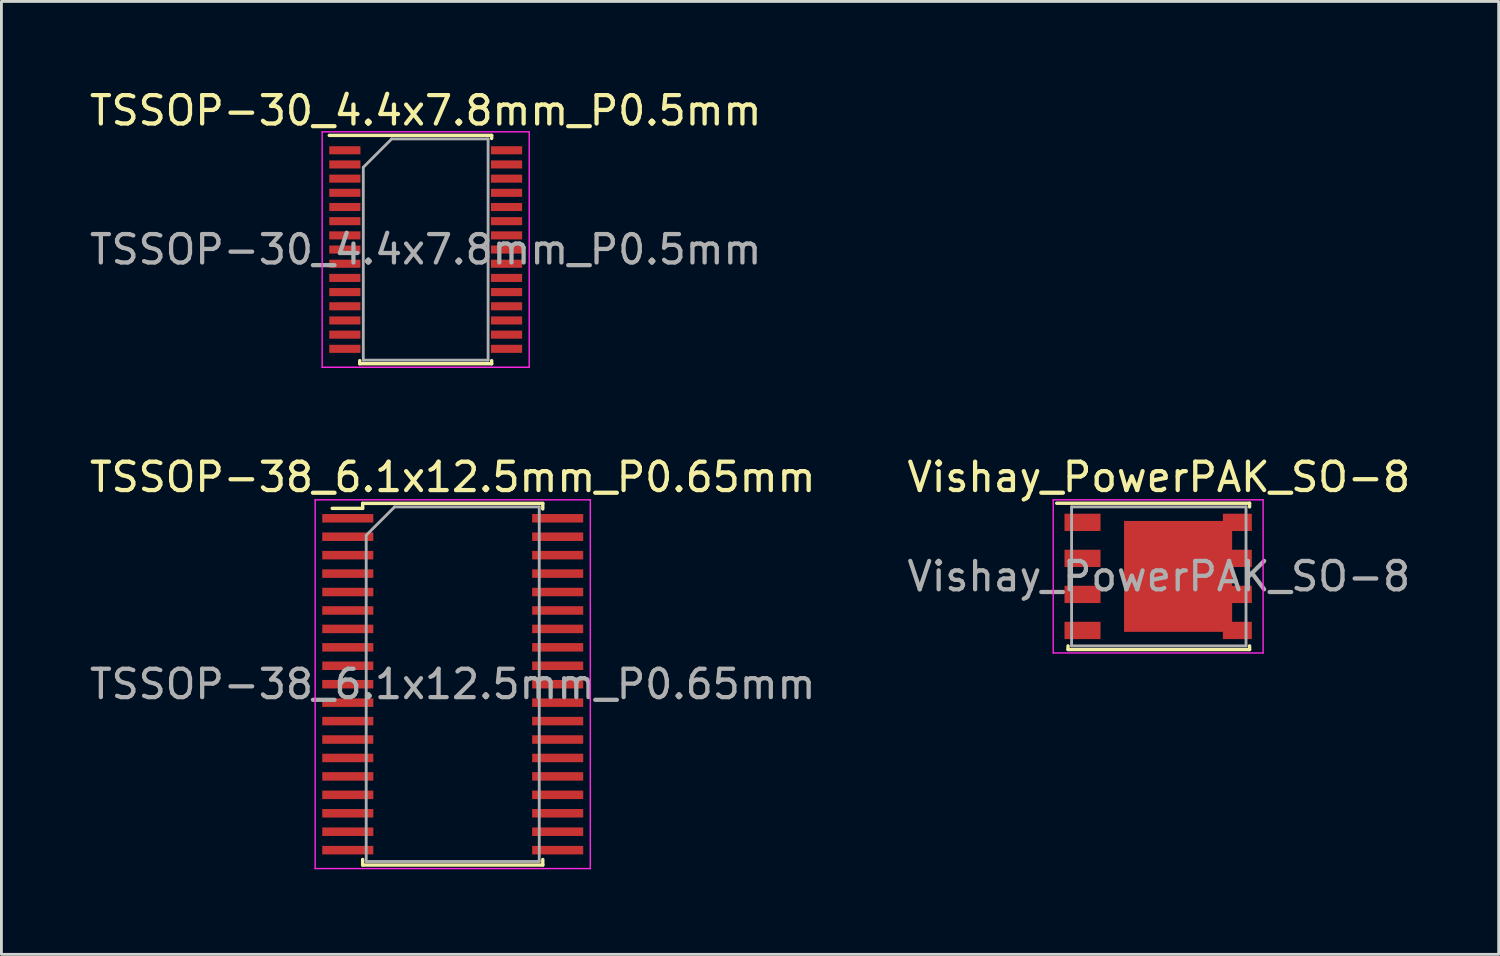
<source format=kicad_pcb>
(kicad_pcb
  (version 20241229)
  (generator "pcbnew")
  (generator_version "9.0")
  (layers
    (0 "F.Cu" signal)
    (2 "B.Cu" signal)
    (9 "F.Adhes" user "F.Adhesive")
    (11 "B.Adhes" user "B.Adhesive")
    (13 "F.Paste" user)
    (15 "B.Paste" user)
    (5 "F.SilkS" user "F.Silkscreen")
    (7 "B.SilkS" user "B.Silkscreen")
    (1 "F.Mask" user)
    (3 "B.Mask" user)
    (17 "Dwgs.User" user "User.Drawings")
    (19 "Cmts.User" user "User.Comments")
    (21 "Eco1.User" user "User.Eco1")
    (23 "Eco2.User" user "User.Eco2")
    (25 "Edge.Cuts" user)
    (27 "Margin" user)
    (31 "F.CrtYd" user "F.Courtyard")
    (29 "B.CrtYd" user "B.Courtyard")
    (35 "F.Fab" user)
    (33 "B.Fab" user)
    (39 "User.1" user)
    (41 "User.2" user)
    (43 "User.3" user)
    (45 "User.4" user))
  (footprint "Vishay_PowerPAK_SO-8"
    (layer "F.Cu")
    (at 37.781 17.271)
    (property "Reference" "Vishay_PowerPAK_SO-8" (at 0.023 -3.5 0) (layer "F.SilkS") (effects (font (size 1 1) (thickness 0.15))))
    (attr smd)
    (fp_line (start -3.577 -2.58) (end 3.223 -2.58) (stroke (width 0.12) (type solid)) (layer "F.SilkS"))
    (fp_line (start -3.177 2.575) (end -3.177 2.45) (stroke (width 0.12) (type solid)) (layer "F.SilkS"))
    (fp_line (start -3.177 2.58) (end 3.223 2.58) (stroke (width 0.12) (type solid)) (layer "F.SilkS"))
    (fp_line (start 3.223 -2.58) (end 3.223 -2.45) (stroke (width 0.12) (type solid)) (layer "F.SilkS"))
    (fp_line (start 3.223 2.575) (end 3.223 2.45) (stroke (width 0.12) (type solid)) (layer "F.SilkS"))
    (fp_line (start -3.7 -2.7) (end -3.7 2.7) (stroke (width 0.05) (type solid)) (layer "F.CrtYd"))
    (fp_line (start -3.7 -2.7) (end 3.7 -2.7) (stroke (width 0.05) (type solid)) (layer "F.CrtYd"))
    (fp_line (start -3.7 2.7) (end 3.7 2.7) (stroke (width 0.05) (type solid)) (layer "F.CrtYd"))
    (fp_line (start 3.7 -2.7) (end 3.7 2.7) (stroke (width 0.05) (type solid)) (layer "F.CrtYd"))
    (fp_line (start -3.052 -2.45) (end -3.052 2.45) (stroke (width 0.1) (type solid)) (layer "F.Fab"))
    (fp_line (start -3.052 -2.45) (end 3.098 -2.45) (stroke (width 0.1) (type solid)) (layer "F.Fab"))
    (fp_line (start 3.098 -2.45) (end 3.098 2.45) (stroke (width 0.1) (type solid)) (layer "F.Fab"))
    (fp_line (start 3.098 2.45) (end -3.052 2.45) (stroke (width 0.1) (type solid)) (layer "F.Fab"))
    (fp_text user "${REFERENCE}" (at 0.023 0 0) (layer "F.Fab") (effects (font (size 1 1) (thickness 0.15))))
    (pad "1" smd rect (at -2.667 -1.905) (size 1.27 0.61) (layers "F.Cu" "F.Mask" "F.Paste"))
    (pad "2" smd rect (at -2.667 -0.635) (size 1.27 0.61) (layers "F.Cu" "F.Mask" "F.Paste"))
    (pad "3" smd rect (at -2.667 0.635) (size 1.27 0.61) (layers "F.Cu" "F.Mask" "F.Paste"))
    (pad "4" smd rect (at -2.667 1.905) (size 1.27 0.61) (layers "F.Cu" "F.Mask" "F.Paste"))
    (pad "5" smd rect (at 0.703 0) (size 3.81 3.91) (layers "F.Cu" "F.Mask" "F.Paste"))
    (pad "5" smd rect (at 2.792 -1.905) (size 1.02 0.61) (layers "F.Cu" "F.Mask" "F.Paste"))
    (pad "5" smd rect (at 2.792 -0.635) (size 1.02 0.61) (layers "F.Cu" "F.Mask" "F.Paste"))
    (pad "5" smd rect (at 2.792 0.635) (size 1.02 0.61) (layers "F.Cu" "F.Mask" "F.Paste"))
    (pad "5" smd rect (at 2.792 1.905) (size 1.02 0.61) (layers "F.Cu" "F.Mask" "F.Paste")))
  (footprint "TSSOP-30_4.4x7.8mm_P0.5mm"
    (layer "F.Cu")
    (at 11.958 5.748)
    (property "Reference" "TSSOP-30_4.4x7.8mm_P0.5mm" (at 0 -4.9 0) (layer "F.SilkS") (effects (font (size 1 1) (thickness 0.15))))
    (attr smd)
    (fp_line (start -3.4 -4.025) (end 2.325 -4.025) (stroke (width 0.12) (type solid)) (layer "F.SilkS"))
    (fp_line (start -2.325 4.025) (end -2.325 3.917) (stroke (width 0.12) (type solid)) (layer "F.SilkS"))
    (fp_line (start -2.325 4.025) (end 2.325 4.025) (stroke (width 0.12) (type solid)) (layer "F.SilkS"))
    (fp_line (start 2.325 -4.025) (end 2.325 -3.917) (stroke (width 0.12) (type solid)) (layer "F.SilkS"))
    (fp_line (start 2.325 4.025) (end 2.325 3.917) (stroke (width 0.12) (type solid)) (layer "F.SilkS"))
    (fp_line (start -3.65 -4.15) (end -3.65 4.15) (stroke (width 0.05) (type solid)) (layer "F.CrtYd"))
    (fp_line (start -3.65 -4.15) (end 3.65 -4.15) (stroke (width 0.05) (type solid)) (layer "F.CrtYd"))
    (fp_line (start -3.65 4.15) (end 3.65 4.15) (stroke (width 0.05) (type solid)) (layer "F.CrtYd"))
    (fp_line (start 3.65 -4.15) (end 3.65 4.15) (stroke (width 0.05) (type solid)) (layer "F.CrtYd"))
    (fp_line (start -2.2 -2.9) (end -1.2 -3.9) (stroke (width 0.1) (type solid)) (layer "F.Fab"))
    (fp_line (start -2.2 3.9) (end -2.2 -2.9) (stroke (width 0.1) (type solid)) (layer "F.Fab"))
    (fp_line (start -1.2 -3.9) (end 2.2 -3.9) (stroke (width 0.1) (type solid)) (layer "F.Fab"))
    (fp_line (start 2.2 -3.9) (end 2.2 3.9) (stroke (width 0.1) (type solid)) (layer "F.Fab"))
    (fp_line (start 2.2 3.9) (end -2.2 3.9) (stroke (width 0.1) (type solid)) (layer "F.Fab"))
    (fp_text user "${REFERENCE}" (at 0 0 0) (layer "F.Fab") (effects (font (size 1 1) (thickness 0.15))))
    (pad "1" smd rect (at -2.85 -3.5) (size 1.1 0.285) (layers "F.Cu" "F.Mask" "F.Paste"))
    (pad "2" smd rect (at -2.85 -3) (size 1.1 0.285) (layers "F.Cu" "F.Mask" "F.Paste"))
    (pad "3" smd rect (at -2.85 -2.5) (size 1.1 0.285) (layers "F.Cu" "F.Mask" "F.Paste"))
    (pad "4" smd rect (at -2.85 -2) (size 1.1 0.285) (layers "F.Cu" "F.Mask" "F.Paste"))
    (pad "5" smd rect (at -2.85 -1.5) (size 1.1 0.285) (layers "F.Cu" "F.Mask" "F.Paste"))
    (pad "6" smd rect (at -2.85 -1) (size 1.1 0.285) (layers "F.Cu" "F.Mask" "F.Paste"))
    (pad "7" smd rect (at -2.85 -0.5) (size 1.1 0.285) (layers "F.Cu" "F.Mask" "F.Paste"))
    (pad "8" smd rect (at -2.85 0) (size 1.1 0.285) (layers "F.Cu" "F.Mask" "F.Paste"))
    (pad "9" smd rect (at -2.85 0.5) (size 1.1 0.285) (layers "F.Cu" "F.Mask" "F.Paste"))
    (pad "10" smd rect (at -2.85 1) (size 1.1 0.285) (layers "F.Cu" "F.Mask" "F.Paste"))
    (pad "11" smd rect (at -2.85 1.5) (size 1.1 0.285) (layers "F.Cu" "F.Mask" "F.Paste"))
    (pad "12" smd rect (at -2.85 2) (size 1.1 0.285) (layers "F.Cu" "F.Mask" "F.Paste"))
    (pad "13" smd rect (at -2.85 2.5) (size 1.1 0.285) (layers "F.Cu" "F.Mask" "F.Paste"))
    (pad "14" smd rect (at -2.85 3) (size 1.1 0.285) (layers "F.Cu" "F.Mask" "F.Paste"))
    (pad "15" smd rect (at -2.85 3.5) (size 1.1 0.285) (layers "F.Cu" "F.Mask" "F.Paste"))
    (pad "16" smd rect (at 2.85 3.5) (size 1.1 0.285) (layers "F.Cu" "F.Mask" "F.Paste"))
    (pad "17" smd rect (at 2.85 3) (size 1.1 0.285) (layers "F.Cu" "F.Mask" "F.Paste"))
    (pad "18" smd rect (at 2.85 2.5) (size 1.1 0.285) (layers "F.Cu" "F.Mask" "F.Paste"))
    (pad "19" smd rect (at 2.85 2) (size 1.1 0.285) (layers "F.Cu" "F.Mask" "F.Paste"))
    (pad "20" smd rect (at 2.85 1.5) (size 1.1 0.285) (layers "F.Cu" "F.Mask" "F.Paste"))
    (pad "21" smd rect (at 2.85 1) (size 1.1 0.285) (layers "F.Cu" "F.Mask" "F.Paste"))
    (pad "22" smd rect (at 2.85 0.5) (size 1.1 0.285) (layers "F.Cu" "F.Mask" "F.Paste"))
    (pad "23" smd rect (at 2.85 0) (size 1.1 0.285) (layers "F.Cu" "F.Mask" "F.Paste"))
    (pad "24" smd rect (at 2.85 -0.5) (size 1.1 0.285) (layers "F.Cu" "F.Mask" "F.Paste"))
    (pad "25" smd rect (at 2.85 -1) (size 1.1 0.285) (layers "F.Cu" "F.Mask" "F.Paste"))
    (pad "26" smd rect (at 2.85 -1.5) (size 1.1 0.285) (layers "F.Cu" "F.Mask" "F.Paste"))
    (pad "27" smd rect (at 2.85 -2) (size 1.1 0.285) (layers "F.Cu" "F.Mask" "F.Paste"))
    (pad "28" smd rect (at 2.85 -2.5) (size 1.1 0.285) (layers "F.Cu" "F.Mask" "F.Paste"))
    (pad "29" smd rect (at 2.85 -3) (size 1.1 0.285) (layers "F.Cu" "F.Mask" "F.Paste"))
    (pad "30" smd rect (at 2.85 -3.5) (size 1.1 0.285) (layers "F.Cu" "F.Mask" "F.Paste")))
  (footprint "TSSOP-38_6.1x12.5mm_P0.65mm"
    (layer "F.Cu")
    (at 12.911 21.072)
    (property "Reference" "TSSOP-38_6.1x12.5mm_P0.65mm" (at 0 -7.3 0) (layer "F.SilkS") (effects (font (size 1 1) (thickness 0.15))))
    (attr smd)
    (fp_line (start -3.175 -6.375) (end -3.175 -6.2) (stroke (width 0.12) (type solid)) (layer "F.SilkS"))
    (fp_line (start -3.175 -6.375) (end 3.175 -6.375) (stroke (width 0.12) (type solid)) (layer "F.SilkS"))
    (fp_line (start -3.175 -6.2) (end -4.25 -6.2) (stroke (width 0.12) (type solid)) (layer "F.SilkS"))
    (fp_line (start -3.175 6.375) (end -3.175 6.18) (stroke (width 0.12) (type solid)) (layer "F.SilkS"))
    (fp_line (start -3.175 6.375) (end 3.175 6.375) (stroke (width 0.12) (type solid)) (layer "F.SilkS"))
    (fp_line (start 3.175 -6.375) (end 3.175 -6.18) (stroke (width 0.12) (type solid)) (layer "F.SilkS"))
    (fp_line (start 3.175 6.375) (end 3.175 6.18) (stroke (width 0.12) (type solid)) (layer "F.SilkS"))
    (fp_line (start -4.85 -6.5) (end -4.85 6.5) (stroke (width 0.05) (type solid)) (layer "F.CrtYd"))
    (fp_line (start -4.85 -6.5) (end 4.85 -6.5) (stroke (width 0.05) (type solid)) (layer "F.CrtYd"))
    (fp_line (start -4.85 6.5) (end 4.85 6.5) (stroke (width 0.05) (type solid)) (layer "F.CrtYd"))
    (fp_line (start 4.85 -6.5) (end 4.85 6.5) (stroke (width 0.05) (type solid)) (layer "F.CrtYd"))
    (fp_line (start -3.05 -5.25) (end -2.05 -6.25) (stroke (width 0.1) (type solid)) (layer "F.Fab"))
    (fp_line (start -3.05 6.25) (end -3.05 -5.25) (stroke (width 0.1) (type solid)) (layer "F.Fab"))
    (fp_line (start -2.05 -6.25) (end 3.05 -6.25) (stroke (width 0.1) (type solid)) (layer "F.Fab"))
    (fp_line (start 3.05 -6.25) (end 3.05 6.25) (stroke (width 0.1) (type solid)) (layer "F.Fab"))
    (fp_line (start 3.05 6.25) (end -3.05 6.25) (stroke (width 0.1) (type solid)) (layer "F.Fab"))
    (fp_text user "${REFERENCE}" (at 0 0 0) (layer "F.Fab") (effects (font (size 1 1) (thickness 0.15))))
    (pad "1" smd rect (at -3.7 -5.85) (size 1.8 0.3) (layers "F.Cu" "F.Mask" "F.Paste"))
    (pad "2" smd rect (at -3.7 -5.2) (size 1.8 0.3) (layers "F.Cu" "F.Mask" "F.Paste"))
    (pad "3" smd rect (at -3.7 -4.55) (size 1.8 0.3) (layers "F.Cu" "F.Mask" "F.Paste"))
    (pad "4" smd rect (at -3.7 -3.9) (size 1.8 0.3) (layers "F.Cu" "F.Mask" "F.Paste"))
    (pad "5" smd rect (at -3.7 -3.25) (size 1.8 0.3) (layers "F.Cu" "F.Mask" "F.Paste"))
    (pad "6" smd rect (at -3.7 -2.6) (size 1.8 0.3) (layers "F.Cu" "F.Mask" "F.Paste"))
    (pad "7" smd rect (at -3.7 -1.95) (size 1.8 0.3) (layers "F.Cu" "F.Mask" "F.Paste"))
    (pad "8" smd rect (at -3.7 -1.3) (size 1.8 0.3) (layers "F.Cu" "F.Mask" "F.Paste"))
    (pad "9" smd rect (at -3.7 -0.65) (size 1.8 0.3) (layers "F.Cu" "F.Mask" "F.Paste"))
    (pad "10" smd rect (at -3.7 0) (size 1.8 0.3) (layers "F.Cu" "F.Mask" "F.Paste"))
    (pad "11" smd rect (at -3.7 0.65) (size 1.8 0.3) (layers "F.Cu" "F.Mask" "F.Paste"))
    (pad "12" smd rect (at -3.7 1.3) (size 1.8 0.3) (layers "F.Cu" "F.Mask" "F.Paste"))
    (pad "13" smd rect (at -3.7 1.95) (size 1.8 0.3) (layers "F.Cu" "F.Mask" "F.Paste"))
    (pad "14" smd rect (at -3.7 2.6) (size 1.8 0.3) (layers "F.Cu" "F.Mask" "F.Paste"))
    (pad "15" smd rect (at -3.7 3.25) (size 1.8 0.3) (layers "F.Cu" "F.Mask" "F.Paste"))
    (pad "16" smd rect (at -3.7 3.9) (size 1.8 0.3) (layers "F.Cu" "F.Mask" "F.Paste"))
    (pad "17" smd rect (at -3.7 4.55) (size 1.8 0.3) (layers "F.Cu" "F.Mask" "F.Paste"))
    (pad "18" smd rect (at -3.7 5.2) (size 1.8 0.3) (layers "F.Cu" "F.Mask" "F.Paste"))
    (pad "19" smd rect (at -3.7 5.85) (size 1.8 0.3) (layers "F.Cu" "F.Mask" "F.Paste"))
    (pad "20" smd rect (at 3.7 5.85) (size 1.8 0.3) (layers "F.Cu" "F.Mask" "F.Paste"))
    (pad "21" smd rect (at 3.7 5.2) (size 1.8 0.3) (layers "F.Cu" "F.Mask" "F.Paste"))
    (pad "22" smd rect (at 3.7 4.55) (size 1.8 0.3) (layers "F.Cu" "F.Mask" "F.Paste"))
    (pad "23" smd rect (at 3.7 3.9) (size 1.8 0.3) (layers "F.Cu" "F.Mask" "F.Paste"))
    (pad "24" smd rect (at 3.7 3.25) (size 1.8 0.3) (layers "F.Cu" "F.Mask" "F.Paste"))
    (pad "25" smd rect (at 3.7 2.6) (size 1.8 0.3) (layers "F.Cu" "F.Mask" "F.Paste"))
    (pad "26" smd rect (at 3.7 1.95) (size 1.8 0.3) (layers "F.Cu" "F.Mask" "F.Paste"))
    (pad "27" smd rect (at 3.7 1.3) (size 1.8 0.3) (layers "F.Cu" "F.Mask" "F.Paste"))
    (pad "28" smd rect (at 3.7 0.65) (size 1.8 0.3) (layers "F.Cu" "F.Mask" "F.Paste"))
    (pad "29" smd rect (at 3.7 0) (size 1.8 0.3) (layers "F.Cu" "F.Mask" "F.Paste"))
    (pad "30" smd rect (at 3.7 -0.65) (size 1.8 0.3) (layers "F.Cu" "F.Mask" "F.Paste"))
    (pad "31" smd rect (at 3.7 -1.3) (size 1.8 0.3) (layers "F.Cu" "F.Mask" "F.Paste"))
    (pad "32" smd rect (at 3.7 -1.95) (size 1.8 0.3) (layers "F.Cu" "F.Mask" "F.Paste"))
    (pad "33" smd rect (at 3.7 -2.6) (size 1.8 0.3) (layers "F.Cu" "F.Mask" "F.Paste"))
    (pad "34" smd rect (at 3.7 -3.25) (size 1.8 0.3) (layers "F.Cu" "F.Mask" "F.Paste"))
    (pad "35" smd rect (at 3.7 -3.9) (size 1.8 0.3) (layers "F.Cu" "F.Mask" "F.Paste"))
    (pad "36" smd rect (at 3.7 -4.55) (size 1.8 0.3) (layers "F.Cu" "F.Mask" "F.Paste"))
    (pad "37" smd rect (at 3.7 -5.2) (size 1.8 0.3) (layers "F.Cu" "F.Mask" "F.Paste"))
    (pad "38" smd rect (at 3.7 -5.85) (size 1.8 0.3) (layers "F.Cu" "F.Mask" "F.Paste")))
  (gr_rect
    (start -3 -3)
    (end 49.786 30.596)
    (stroke (width 0.1) (type default))
    (fill no)
    (layer "Edge.Cuts")))
</source>
